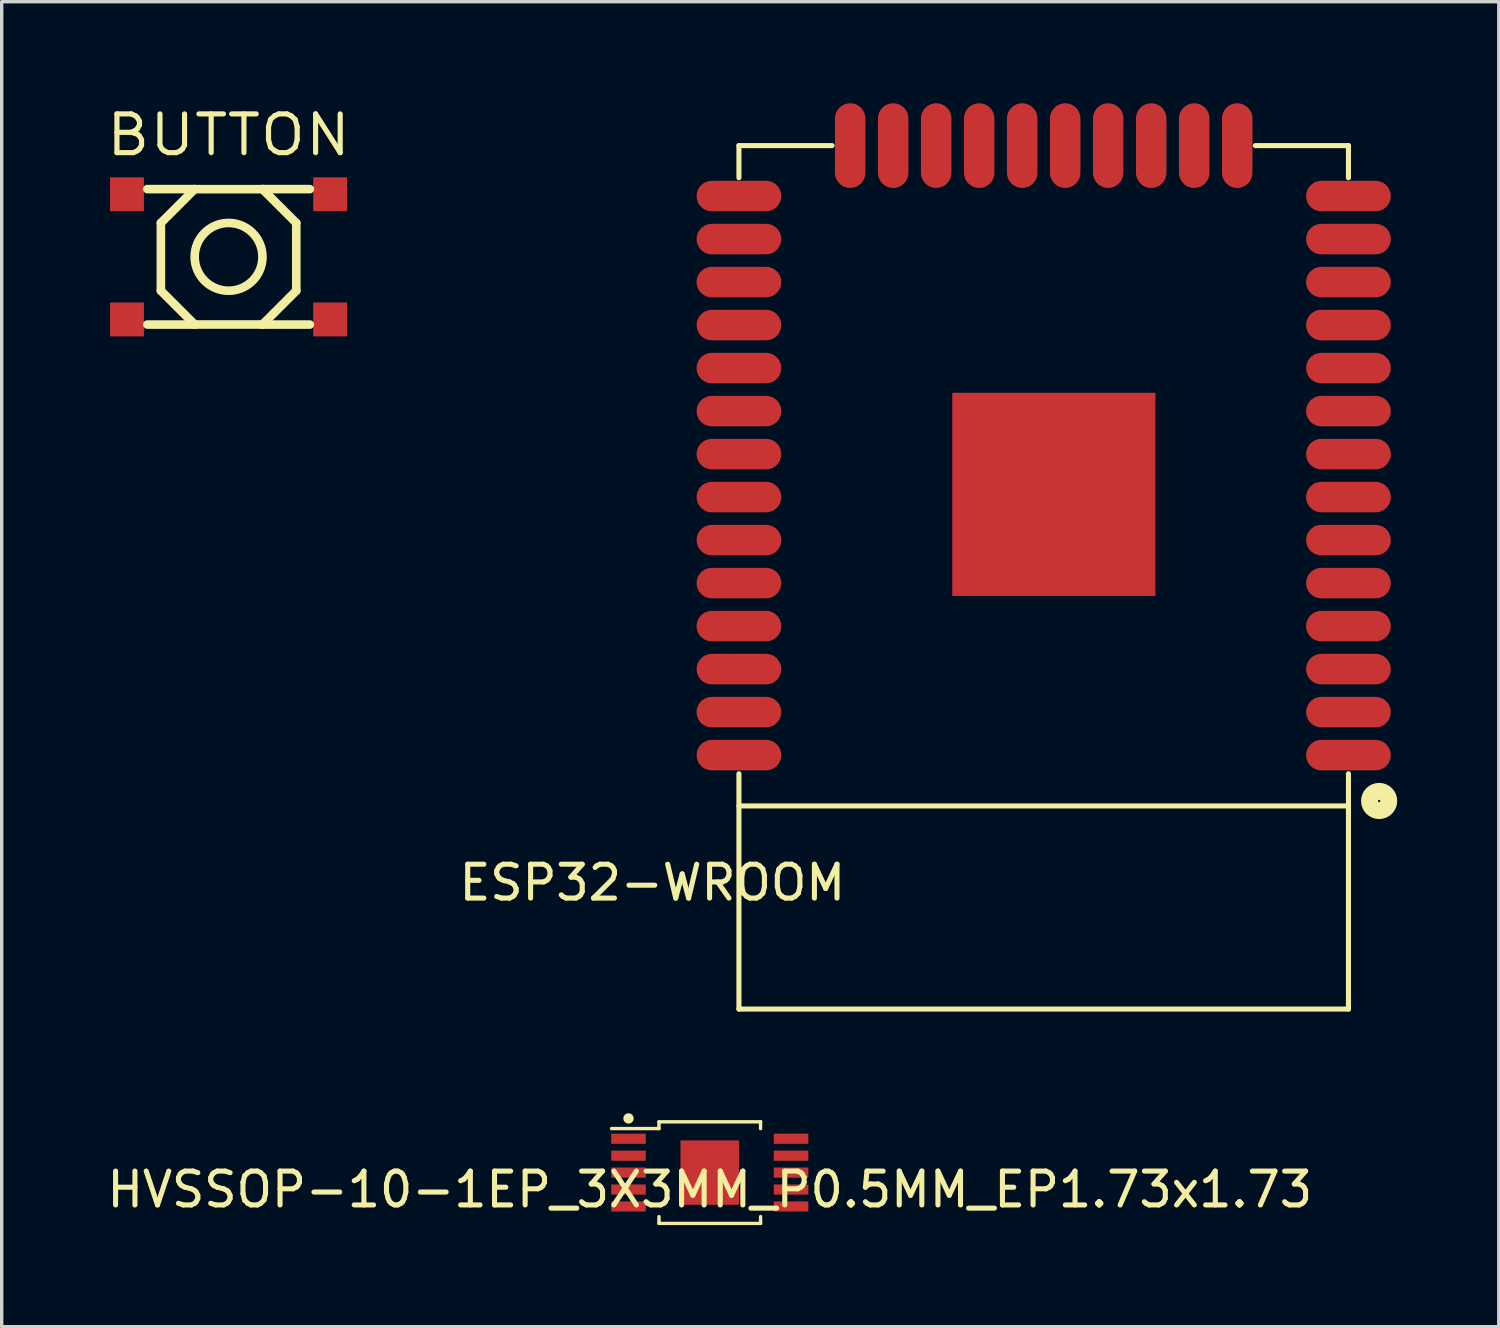
<source format=kicad_pcb>
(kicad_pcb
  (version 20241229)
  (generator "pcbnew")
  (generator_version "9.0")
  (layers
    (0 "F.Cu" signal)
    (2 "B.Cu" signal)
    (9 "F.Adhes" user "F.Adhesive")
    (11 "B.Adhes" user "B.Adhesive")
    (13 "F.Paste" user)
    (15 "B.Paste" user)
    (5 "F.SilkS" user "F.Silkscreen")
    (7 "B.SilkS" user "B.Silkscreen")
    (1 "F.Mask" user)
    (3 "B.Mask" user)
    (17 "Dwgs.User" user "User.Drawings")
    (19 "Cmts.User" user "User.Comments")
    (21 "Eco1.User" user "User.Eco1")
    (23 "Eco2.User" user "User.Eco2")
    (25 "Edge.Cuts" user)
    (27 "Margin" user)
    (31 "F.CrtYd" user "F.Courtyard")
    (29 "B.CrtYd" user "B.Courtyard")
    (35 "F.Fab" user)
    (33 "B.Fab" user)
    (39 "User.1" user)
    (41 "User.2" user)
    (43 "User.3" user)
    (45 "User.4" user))
  (footprint "HVSSOP-10-1EP_3X3MM_P0.5MM_EP1.73x1.73"
    (layer "F.Cu")
    (at 17.911 31.579)
    (property "Reference" "HVSSOP-10-1EP_3X3MM_P0.5MM_EP1.73x1.73" (at 0 0.5 0) (layer "F.SilkS") (effects (font (size 1 1) (thickness 0.15))))
    (attr through_hole)
    (fp_line (start -1.5 -1.5) (end -1.5 -1.3) (stroke (width 0.1) (type solid)) (layer "F.SilkS"))
    (fp_line (start -1.5 -1.3) (end -2.9 -1.3) (stroke (width 0.1) (type solid)) (layer "F.SilkS"))
    (fp_line (start -1.5 1.3) (end -1.5 1.5) (stroke (width 0.1) (type solid)) (layer "F.SilkS"))
    (fp_line (start -1.5 1.5) (end 1.5 1.5) (stroke (width 0.1) (type solid)) (layer "F.SilkS"))
    (fp_line (start 1.5 -1.5) (end -1.5 -1.5) (stroke (width 0.1) (type solid)) (layer "F.SilkS"))
    (fp_line (start 1.5 -1.5) (end 1.5 -1.3) (stroke (width 0.1) (type solid)) (layer "F.SilkS"))
    (fp_line (start 1.5 1.3) (end 1.5 1.5) (stroke (width 0.1) (type solid)) (layer "F.SilkS"))
    (fp_circle (center -2.4 -1.6) (end -2.325 -1.575) (stroke (width 0.15) (type solid)) (fill no) (layer "F.SilkS"))
    (pad "1" smd rect (at -2.4 -1) (size 1.02 0.3) (layers "F.Cu" "F.Mask" "F.Paste"))
    (pad "2" smd rect (at -2.4 -0.5) (size 1.02 0.3) (layers "F.Cu" "F.Mask" "F.Paste"))
    (pad "3" smd rect (at -2.4 0) (size 1.02 0.3) (layers "F.Cu" "F.Mask" "F.Paste"))
    (pad "4" smd rect (at -2.4 0.5) (size 1.02 0.3) (layers "F.Cu" "F.Mask" "F.Paste"))
    (pad "5" smd rect (at -2.4 1) (size 1.02 0.3) (layers "F.Cu" "F.Mask" "F.Paste"))
    (pad "6" smd rect (at 2.4 1) (size 1.02 0.3) (layers "F.Cu" "F.Mask" "F.Paste"))
    (pad "7" smd rect (at 2.4 0.5) (size 1.02 0.3) (layers "F.Cu" "F.Mask" "F.Paste"))
    (pad "8" smd rect (at 2.4 0) (size 1.02 0.3) (layers "F.Cu" "F.Mask" "F.Paste"))
    (pad "9" smd rect (at 2.4 -0.5) (size 1.02 0.3) (layers "F.Cu" "F.Mask" "F.Paste"))
    (pad "10" smd rect (at 2.4 -1) (size 1.02 0.3) (layers "F.Cu" "F.Mask" "F.Paste"))
    (pad "11" smd rect (at 0 0) (size 1.73 1.9) (layers "F.Cu" "F.Mask" "F.Paste")))
  (footprint "ESP32-WROOM"
    (layer "F.Cu")
    (at 27.772 14)
    (property "Reference" "ESP32-WROOM" (at -11.557 9.017 0) (layer "F.SilkS") (effects (font (size 1 1) (thickness 0.15))))
    (attr through_hole)
    (fp_line (start -9 -12.75) (end -9 -11.8) (stroke (width 0.15) (type solid)) (layer "F.SilkS"))
    (fp_line (start -9 -12.75) (end -6.25 -12.75) (stroke (width 0.15) (type solid)) (layer "F.SilkS"))
    (fp_line (start -9 5.8) (end -9 12.75) (stroke (width 0.15) (type solid)) (layer "F.SilkS"))
    (fp_line (start -9 6.75) (end 9 6.75) (stroke (width 0.15) (type solid)) (layer "F.SilkS"))
    (fp_line (start -9 12.75) (end 9 12.75) (stroke (width 0.15) (type solid)) (layer "F.SilkS"))
    (fp_line (start 9 -12.75) (end 6.25 -12.75) (stroke (width 0.15) (type solid)) (layer "F.SilkS"))
    (fp_line (start 9 -12.75) (end 9 -11.8) (stroke (width 0.15) (type solid)) (layer "F.SilkS"))
    (fp_line (start 9 5.8) (end 9 12.75) (stroke (width 0.15) (type solid)) (layer "F.SilkS"))
    (fp_circle (center 9.906 6.604) (end 10.033 6.858) (stroke (width 0.5) (type solid)) (fill no) (layer "F.SilkS"))
    (pad "1" smd oval (at 9 5.25) (size 2.5 0.9) (layers "F.Cu" "F.Mask" "F.Paste"))
    (pad "2" smd oval (at 9 3.98) (size 2.5 0.9) (layers "F.Cu" "F.Mask" "F.Paste"))
    (pad "3" smd oval (at 9 2.71) (size 2.5 0.9) (layers "F.Cu" "F.Mask" "F.Paste"))
    (pad "4" smd oval (at 9 1.44) (size 2.5 0.9) (layers "F.Cu" "F.Mask" "F.Paste"))
    (pad "5" smd oval (at 9 0.17) (size 2.5 0.9) (layers "F.Cu" "F.Mask" "F.Paste"))
    (pad "6" smd oval (at 9 -1.1) (size 2.5 0.9) (layers "F.Cu" "F.Mask" "F.Paste"))
    (pad "7" smd oval (at 9 -2.37) (size 2.5 0.9) (layers "F.Cu" "F.Mask" "F.Paste"))
    (pad "8" smd oval (at 9 -3.64) (size 2.5 0.9) (layers "F.Cu" "F.Mask" "F.Paste"))
    (pad "9" smd oval (at 9 -4.91) (size 2.5 0.9) (layers "F.Cu" "F.Mask" "F.Paste"))
    (pad "10" smd oval (at 9 -6.18) (size 2.5 0.9) (layers "F.Cu" "F.Mask" "F.Paste"))
    (pad "11" smd oval (at 9 -7.45) (size 2.5 0.9) (layers "F.Cu" "F.Mask" "F.Paste"))
    (pad "12" smd oval (at 9 -8.72) (size 2.5 0.9) (layers "F.Cu" "F.Mask" "F.Paste"))
    (pad "13" smd oval (at 9 -9.99) (size 2.5 0.9) (layers "F.Cu" "F.Mask" "F.Paste"))
    (pad "14" smd oval (at 9 -11.26) (size 2.5 0.9) (layers "F.Cu" "F.Mask" "F.Paste"))
    (pad "15" smd oval (at 5.715 -12.75) (size 0.9 2.5) (layers "F.Cu" "F.Mask" "F.Paste"))
    (pad "16" smd oval (at 4.445 -12.75) (size 0.9 2.5) (layers "F.Cu" "F.Mask" "F.Paste"))
    (pad "17" smd oval (at 3.175 -12.75) (size 0.9 2.5) (layers "F.Cu" "F.Mask" "F.Paste"))
    (pad "18" smd oval (at 1.905 -12.75) (size 0.9 2.5) (layers "F.Cu" "F.Mask" "F.Paste"))
    (pad "19" smd oval (at 0.635 -12.75) (size 0.9 2.5) (layers "F.Cu" "F.Mask" "F.Paste"))
    (pad "20" smd oval (at -0.635 -12.75) (size 0.9 2.5) (layers "F.Cu" "F.Mask" "F.Paste"))
    (pad "21" smd oval (at -1.905 -12.75) (size 0.9 2.5) (layers "F.Cu" "F.Mask" "F.Paste"))
    (pad "22" smd oval (at -3.175 -12.75) (size 0.9 2.5) (layers "F.Cu" "F.Mask" "F.Paste"))
    (pad "23" smd oval (at -4.445 -12.75) (size 0.9 2.5) (layers "F.Cu" "F.Mask" "F.Paste"))
    (pad "24" smd oval (at -5.715 -12.75) (size 0.9 2.5) (layers "F.Cu" "F.Mask" "F.Paste"))
    (pad "25" smd oval (at -9 -11.26) (size 2.5 0.9) (layers "F.Cu" "F.Mask" "F.Paste"))
    (pad "26" smd oval (at -9 -9.99) (size 2.5 0.9) (layers "F.Cu" "F.Mask" "F.Paste"))
    (pad "27" smd oval (at -9 -8.72) (size 2.5 0.9) (layers "F.Cu" "F.Mask" "F.Paste"))
    (pad "28" smd oval (at -9 -7.45) (size 2.5 0.9) (layers "F.Cu" "F.Mask" "F.Paste"))
    (pad "29" smd oval (at -9 -6.18) (size 2.5 0.9) (layers "F.Cu" "F.Mask" "F.Paste"))
    (pad "30" smd oval (at -9 -4.91) (size 2.5 0.9) (layers "F.Cu" "F.Mask" "F.Paste"))
    (pad "31" smd oval (at -9 -3.64) (size 2.5 0.9) (layers "F.Cu" "F.Mask" "F.Paste"))
    (pad "32" smd oval (at -9 -2.37) (size 2.5 0.9) (layers "F.Cu" "F.Mask" "F.Paste"))
    (pad "33" smd oval (at -9 -1.1) (size 2.5 0.9) (layers "F.Cu" "F.Mask" "F.Paste"))
    (pad "34" smd oval (at -9 0.17) (size 2.5 0.9) (layers "F.Cu" "F.Mask" "F.Paste"))
    (pad "35" smd oval (at -9 1.44) (size 2.5 0.9) (layers "F.Cu" "F.Mask" "F.Paste"))
    (pad "36" smd oval (at -9 2.71) (size 2.5 0.9) (layers "F.Cu" "F.Mask" "F.Paste"))
    (pad "37" smd oval (at -9 3.98) (size 2.5 0.9) (layers "F.Cu" "F.Mask" "F.Paste"))
    (pad "38" smd oval (at -9 5.25) (size 2.5 0.9) (layers "F.Cu" "F.Mask" "F.Paste"))
    (pad "39" smd rect (at 0.3 -2.45) (size 6 6) (layers "F.Cu" "F.Mask" "F.Paste")))
  (footprint "BUTTON"
    (layer "F.Cu")
    (at 3.7 4.535)
    (property "Reference" "BUTTON" (at 0 -3.599 0) (layer "F.SilkS") (effects (font (size 1.143 1.27) (thickness 0.152))))
    (attr through_hole)
    (fp_line (start -1.999 -1.001) (end -1.999 1.001) (stroke (width 0.254) (type solid)) (layer "F.SilkS"))
    (fp_line (start -1.999 1.001) (end -1.001 1.999) (stroke (width 0.254) (type solid)) (layer "F.SilkS"))
    (fp_line (start -1.001 -1.999) (end -1.999 -1.001) (stroke (width 0.254) (type solid)) (layer "F.SilkS"))
    (fp_line (start -1.001 1.999) (end 1.001 1.999) (stroke (width 0.254) (type solid)) (layer "F.SilkS"))
    (fp_line (start -1 -2) (end -2.4 -2) (stroke (width 0.254) (type solid)) (layer "F.SilkS"))
    (fp_line (start -1 2) (end -2.4 2) (stroke (width 0.254) (type solid)) (layer "F.SilkS"))
    (fp_line (start 1 -2) (end 2.4 -2) (stroke (width 0.254) (type solid)) (layer "F.SilkS"))
    (fp_line (start 1 2) (end 2.4 2) (stroke (width 0.254) (type solid)) (layer "F.SilkS"))
    (fp_line (start 1.001 -1.999) (end -1.001 -1.999) (stroke (width 0.254) (type solid)) (layer "F.SilkS"))
    (fp_line (start 1.001 1.999) (end 1.999 1.001) (stroke (width 0.254) (type solid)) (layer "F.SilkS"))
    (fp_line (start 1.999 -1.001) (end 1.001 -1.999) (stroke (width 0.254) (type solid)) (layer "F.SilkS"))
    (fp_line (start 1.999 1.001) (end 1.999 -1.001) (stroke (width 0.254) (type solid)) (layer "F.SilkS"))
    (fp_circle (center 0 0) (end -1.001 0) (stroke (width 0.254) (type solid)) (fill no) (layer "F.SilkS"))
    (pad "1" smd rect (at -3 -1.849) (size 1.001 1.001) (layers "F.Cu" "F.Mask" "F.Paste"))
    (pad "2" smd rect (at 3 -1.849) (size 1.001 1.001) (layers "F.Cu" "F.Mask" "F.Paste"))
    (pad "3" smd rect (at -3 1.849) (size 1.001 1.001) (layers "F.Cu" "F.Mask" "F.Paste"))
    (pad "4" smd rect (at 3 1.849) (size 1.001 1.001) (layers "F.Cu" "F.Mask" "F.Paste")))
  (gr_rect
    (start -3 -3)
    (end 41.212 36.129)
    (stroke (width 0.1) (type default))
    (fill no)
    (layer "Edge.Cuts")))
</source>
